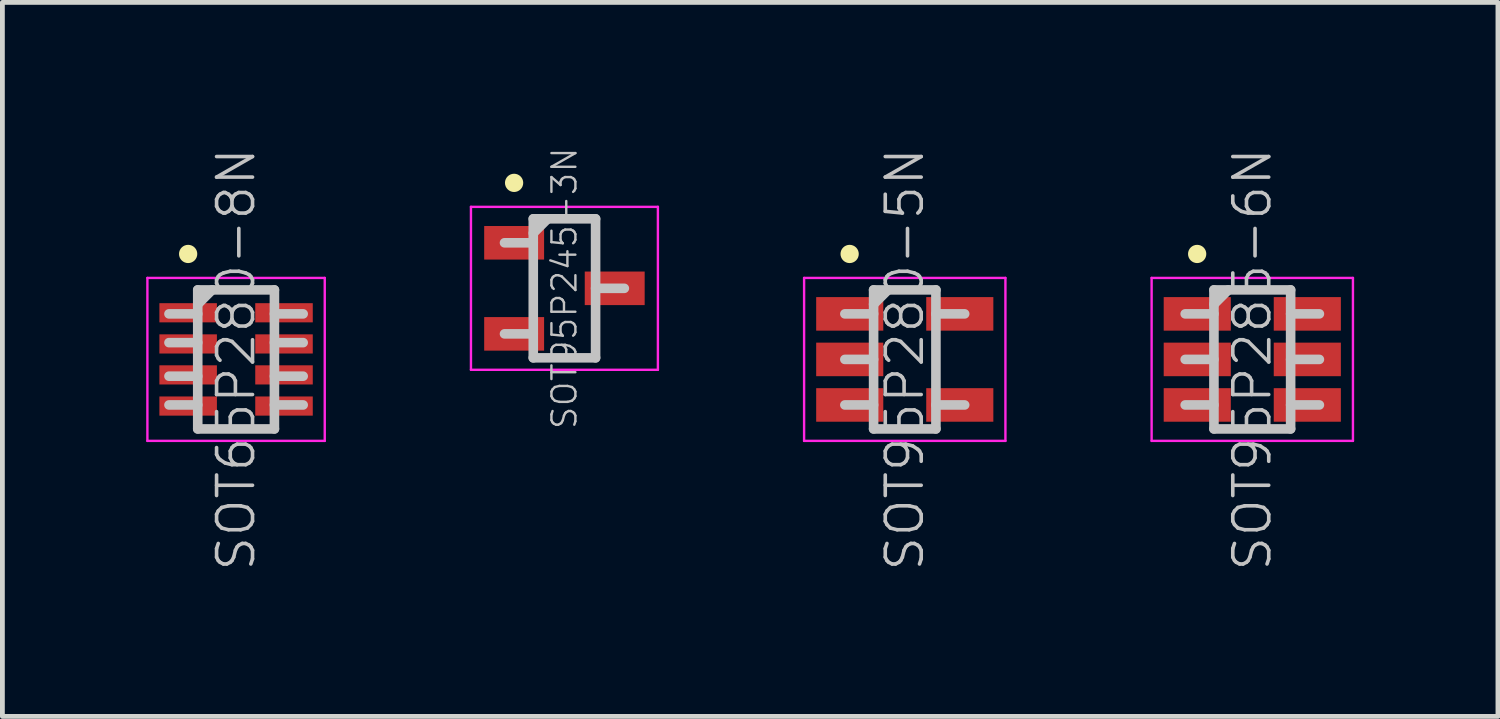
<source format=kicad_pcb>
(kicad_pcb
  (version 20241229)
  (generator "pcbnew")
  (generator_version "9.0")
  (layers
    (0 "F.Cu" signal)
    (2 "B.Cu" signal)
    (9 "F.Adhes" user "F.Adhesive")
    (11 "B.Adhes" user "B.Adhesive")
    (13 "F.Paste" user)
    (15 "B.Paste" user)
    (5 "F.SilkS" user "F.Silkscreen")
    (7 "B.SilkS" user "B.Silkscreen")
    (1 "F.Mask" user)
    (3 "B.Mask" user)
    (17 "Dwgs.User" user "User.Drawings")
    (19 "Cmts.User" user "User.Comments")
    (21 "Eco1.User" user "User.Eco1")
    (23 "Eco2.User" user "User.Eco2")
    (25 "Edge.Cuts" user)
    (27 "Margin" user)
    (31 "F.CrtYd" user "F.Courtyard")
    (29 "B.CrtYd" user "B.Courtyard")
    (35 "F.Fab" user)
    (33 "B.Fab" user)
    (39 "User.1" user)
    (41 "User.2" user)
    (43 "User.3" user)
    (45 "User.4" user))
  (footprint "SOT95P285-6N"
    (layer "F.Cu")
    (at 23.075 4.448)
    (property "Reference" "SOT95P285-6N" (at 0 0 90) (layer "Dwgs.User") (effects (font (size 0.75 0.75) (thickness 0.075))))
    (attr smd)
    (fp_line (start -1.15 -2.2) (end -1.15 -2.2) (stroke (width 0.381) (type solid)) (layer "F.SilkS"))
    (fp_line (start -0.8 -1.45) (end -0.8 1.45) (stroke (width 0.2) (type solid)) (layer "Dwgs.User"))
    (fp_line (start -0.8 -1.45) (end 0.8 -1.45) (stroke (width 0.2) (type solid)) (layer "Dwgs.User"))
    (fp_line (start -0.8 -1.15) (end -0.5 -1.45) (stroke (width 0.2) (type solid)) (layer "Dwgs.User"))
    (fp_line (start -0.8 -0.95) (end -1.4 -0.95) (stroke (width 0.2) (type solid)) (layer "Dwgs.User"))
    (fp_line (start -0.8 0) (end -1.4 0) (stroke (width 0.2) (type solid)) (layer "Dwgs.User"))
    (fp_line (start -0.8 0.95) (end -1.4 0.95) (stroke (width 0.2) (type solid)) (layer "Dwgs.User"))
    (fp_line (start -0.8 1.45) (end 0.8 1.45) (stroke (width 0.2) (type solid)) (layer "Dwgs.User"))
    (fp_line (start 0.8 -1.45) (end 0.8 1.45) (stroke (width 0.2) (type solid)) (layer "Dwgs.User"))
    (fp_line (start 1.4 -0.95) (end 0.8 -0.95) (stroke (width 0.2) (type solid)) (layer "Dwgs.User"))
    (fp_line (start 1.4 0) (end 0.8 0) (stroke (width 0.2) (type solid)) (layer "Dwgs.User"))
    (fp_line (start 1.4 0.95) (end 0.8 0.95) (stroke (width 0.2) (type solid)) (layer "Dwgs.User"))
    (fp_line (start -2.1 -1.7) (end -2.1 1.7) (stroke (width 0.05) (type solid)) (layer "F.CrtYd"))
    (fp_line (start -2.1 -1.7) (end 2.1 -1.7) (stroke (width 0.05) (type solid)) (layer "F.CrtYd"))
    (fp_line (start -2.1 1.7) (end 2.1 1.7) (stroke (width 0.05) (type solid)) (layer "F.CrtYd"))
    (fp_line (start 2.1 -1.7) (end 2.1 1.7) (stroke (width 0.05) (type solid)) (layer "F.CrtYd"))
    (pad "1" smd rect (at -1.148 -0.95 90) (size 0.7 1.4) (layers "F.Cu" "F.Mask" "F.Paste"))
    (pad "2" smd rect (at -1.148 0 90) (size 0.7 1.4) (layers "F.Cu" "F.Mask" "F.Paste"))
    (pad "3" smd rect (at -1.148 0.95 90) (size 0.7 1.4) (layers "F.Cu" "F.Mask" "F.Paste"))
    (pad "4" smd rect (at 1.148 0.95 90) (size 0.7 1.4) (layers "F.Cu" "F.Mask" "F.Paste"))
    (pad "5" smd rect (at 1.148 0 90) (size 0.7 1.4) (layers "F.Cu" "F.Mask" "F.Paste"))
    (pad "6" smd rect (at 1.148 -0.95 90) (size 0.7 1.4) (layers "F.Cu" "F.Mask" "F.Paste")))
  (footprint "SOT95P280-5N"
    (layer "F.Cu")
    (at 15.825 4.448)
    (property "Reference" "SOT95P280-5N" (at 0 0 90) (layer "Dwgs.User") (effects (font (size 0.75 0.75) (thickness 0.075))))
    (attr smd)
    (fp_line (start -1.15 -2.2) (end -1.15 -2.2) (stroke (width 0.381) (type solid)) (layer "F.SilkS"))
    (fp_line (start -0.65 -1.45) (end -0.65 1.45) (stroke (width 0.2) (type solid)) (layer "Dwgs.User"))
    (fp_line (start -0.65 -1.45) (end 0.65 -1.45) (stroke (width 0.2) (type solid)) (layer "Dwgs.User"))
    (fp_line (start -0.65 -1.15) (end -0.35 -1.45) (stroke (width 0.2) (type solid)) (layer "Dwgs.User"))
    (fp_line (start -0.65 -0.95) (end -1.25 -0.95) (stroke (width 0.2) (type solid)) (layer "Dwgs.User"))
    (fp_line (start -0.65 0) (end -1.25 0) (stroke (width 0.2) (type solid)) (layer "Dwgs.User"))
    (fp_line (start -0.65 0.95) (end -1.25 0.95) (stroke (width 0.2) (type solid)) (layer "Dwgs.User"))
    (fp_line (start -0.65 1.45) (end 0.65 1.45) (stroke (width 0.2) (type solid)) (layer "Dwgs.User"))
    (fp_line (start 0.65 -1.45) (end 0.65 1.45) (stroke (width 0.2) (type solid)) (layer "Dwgs.User"))
    (fp_line (start 1.25 -0.95) (end 0.65 -0.95) (stroke (width 0.2) (type solid)) (layer "Dwgs.User"))
    (fp_line (start 1.25 0.95) (end 0.65 0.95) (stroke (width 0.2) (type solid)) (layer "Dwgs.User"))
    (fp_line (start -2.1 -1.7) (end -2.1 1.7) (stroke (width 0.05) (type solid)) (layer "F.CrtYd"))
    (fp_line (start -2.1 -1.7) (end 2.1 -1.7) (stroke (width 0.05) (type solid)) (layer "F.CrtYd"))
    (fp_line (start -2.1 1.7) (end 2.1 1.7) (stroke (width 0.05) (type solid)) (layer "F.CrtYd"))
    (fp_line (start 2.1 -1.7) (end 2.1 1.7) (stroke (width 0.05) (type solid)) (layer "F.CrtYd"))
    (pad "1" smd rect (at -1.148 -0.95 90) (size 0.7 1.4) (layers "F.Cu" "F.Mask" "F.Paste"))
    (pad "2" smd rect (at -1.148 0 90) (size 0.7 1.4) (layers "F.Cu" "F.Mask" "F.Paste"))
    (pad "3" smd rect (at -1.148 0.95 90) (size 0.7 1.4) (layers "F.Cu" "F.Mask" "F.Paste"))
    (pad "4" smd rect (at 1.148 0.95 90) (size 0.7 1.4) (layers "F.Cu" "F.Mask" "F.Paste"))
    (pad "5" smd rect (at 1.148 -0.95 90) (size 0.7 1.4) (layers "F.Cu" "F.Mask" "F.Paste")))
  (footprint "SOT65P280-8N"
    (layer "F.Cu")
    (at 1.875 4.448)
    (property "Reference" "SOT65P280-8N" (at 0 0 90) (layer "Dwgs.User") (effects (font (size 0.75 0.75) (thickness 0.075))))
    (attr smd)
    (fp_line (start -1 -2.2) (end -1 -2.2) (stroke (width 0.381) (type solid)) (layer "F.SilkS"))
    (fp_line (start -0.8 -1.45) (end -0.8 1.45) (stroke (width 0.2) (type solid)) (layer "Dwgs.User"))
    (fp_line (start -0.8 -1.45) (end 0.8 -1.45) (stroke (width 0.2) (type solid)) (layer "Dwgs.User"))
    (fp_line (start -0.8 -1.15) (end -0.5 -1.45) (stroke (width 0.2) (type solid)) (layer "Dwgs.User"))
    (fp_line (start -0.8 -0.95) (end -1.4 -0.95) (stroke (width 0.2) (type solid)) (layer "Dwgs.User"))
    (fp_line (start -0.8 -0.35) (end -1.4 -0.35) (stroke (width 0.2) (type solid)) (layer "Dwgs.User"))
    (fp_line (start -0.8 0.35) (end -1.4 0.35) (stroke (width 0.2) (type solid)) (layer "Dwgs.User"))
    (fp_line (start -0.8 0.95) (end -1.4 0.95) (stroke (width 0.2) (type solid)) (layer "Dwgs.User"))
    (fp_line (start -0.8 1.45) (end 0.8 1.45) (stroke (width 0.2) (type solid)) (layer "Dwgs.User"))
    (fp_line (start 0.8 -1.45) (end 0.8 1.45) (stroke (width 0.2) (type solid)) (layer "Dwgs.User"))
    (fp_line (start 1.4 -0.95) (end 0.8 -0.95) (stroke (width 0.2) (type solid)) (layer "Dwgs.User"))
    (fp_line (start 1.4 -0.35) (end 0.8 -0.35) (stroke (width 0.2) (type solid)) (layer "Dwgs.User"))
    (fp_line (start 1.4 0.35) (end 0.8 0.35) (stroke (width 0.2) (type solid)) (layer "Dwgs.User"))
    (fp_line (start 1.4 0.95) (end 0.8 0.95) (stroke (width 0.2) (type solid)) (layer "Dwgs.User"))
    (fp_line (start -1.85 -1.7) (end -1.85 1.7) (stroke (width 0.05) (type solid)) (layer "F.CrtYd"))
    (fp_line (start -1.85 -1.7) (end 1.85 -1.7) (stroke (width 0.05) (type solid)) (layer "F.CrtYd"))
    (fp_line (start -1.85 1.7) (end 1.85 1.7) (stroke (width 0.05) (type solid)) (layer "F.CrtYd"))
    (fp_line (start 1.85 -1.7) (end 1.85 1.7) (stroke (width 0.05) (type solid)) (layer "F.CrtYd"))
    (pad "1" smd rect (at -1 -0.973 90) (size 0.4 1.2) (layers "F.Cu" "F.Mask" "F.Paste"))
    (pad "2" smd rect (at -1 -0.323 90) (size 0.4 1.2) (layers "F.Cu" "F.Mask" "F.Paste"))
    (pad "3" smd rect (at -1 0.323 90) (size 0.4 1.2) (layers "F.Cu" "F.Mask" "F.Paste"))
    (pad "4" smd rect (at -1 0.973 90) (size 0.4 1.2) (layers "F.Cu" "F.Mask" "F.Paste"))
    (pad "5" smd rect (at 1 0.973 90) (size 0.4 1.2) (layers "F.Cu" "F.Mask" "F.Paste"))
    (pad "6" smd rect (at 1 0.323 90) (size 0.4 1.2) (layers "F.Cu" "F.Mask" "F.Paste"))
    (pad "7" smd rect (at 1 -0.323 90) (size 0.4 1.2) (layers "F.Cu" "F.Mask" "F.Paste"))
    (pad "8" smd rect (at 1 -0.973 90) (size 0.4 1.2) (layers "F.Cu" "F.Mask" "F.Paste")))
  (footprint "SOT95P245-3N"
    (layer "F.Cu")
    (at 8.725 2.965)
    (property "Reference" "SOT95P245-3N" (at 0 0 90) (layer "Dwgs.User") (effects (font (size 0.5 0.5) (thickness 0.05))))
    (attr smd)
    (fp_line (start -1.05 -2.2) (end -1.05 -2.2) (stroke (width 0.381) (type solid)) (layer "F.SilkS"))
    (fp_line (start -0.65 -1.45) (end -0.65 1.45) (stroke (width 0.2) (type solid)) (layer "Dwgs.User"))
    (fp_line (start -0.65 -1.45) (end 0.65 -1.45) (stroke (width 0.2) (type solid)) (layer "Dwgs.User"))
    (fp_line (start -0.65 -1.15) (end -0.35 -1.45) (stroke (width 0.2) (type solid)) (layer "Dwgs.User"))
    (fp_line (start -0.65 -0.95) (end -1.25 -0.95) (stroke (width 0.2) (type solid)) (layer "Dwgs.User"))
    (fp_line (start -0.65 0.95) (end -1.25 0.95) (stroke (width 0.2) (type solid)) (layer "Dwgs.User"))
    (fp_line (start -0.65 1.45) (end 0.65 1.45) (stroke (width 0.2) (type solid)) (layer "Dwgs.User"))
    (fp_line (start 0.65 -1.45) (end 0.65 1.45) (stroke (width 0.2) (type solid)) (layer "Dwgs.User"))
    (fp_line (start 1.25 0) (end 0.65 0) (stroke (width 0.2) (type solid)) (layer "Dwgs.User"))
    (fp_line (start -1.95 -1.7) (end -1.95 1.7) (stroke (width 0.05) (type solid)) (layer "F.CrtYd"))
    (fp_line (start -1.95 -1.7) (end 1.95 -1.7) (stroke (width 0.05) (type solid)) (layer "F.CrtYd"))
    (fp_line (start -1.95 1.7) (end 1.95 1.7) (stroke (width 0.05) (type solid)) (layer "F.CrtYd"))
    (fp_line (start 1.95 -1.7) (end 1.95 1.7) (stroke (width 0.05) (type solid)) (layer "F.CrtYd"))
    (pad "1" smd rect (at -1.049 -0.95 90) (size 0.7 1.25) (layers "F.Cu" "F.Mask" "F.Paste"))
    (pad "2" smd rect (at -1.049 0.95 90) (size 0.7 1.25) (layers "F.Cu" "F.Mask" "F.Paste"))
    (pad "3" smd rect (at 1.049 0 90) (size 0.7 1.25) (layers "F.Cu" "F.Mask" "F.Paste")))
  (gr_rect
    (start -3 -3)
    (end 28.2 11.896)
    (stroke (width 0.1) (type default))
    (fill no)
    (layer "Edge.Cuts")))
</source>
